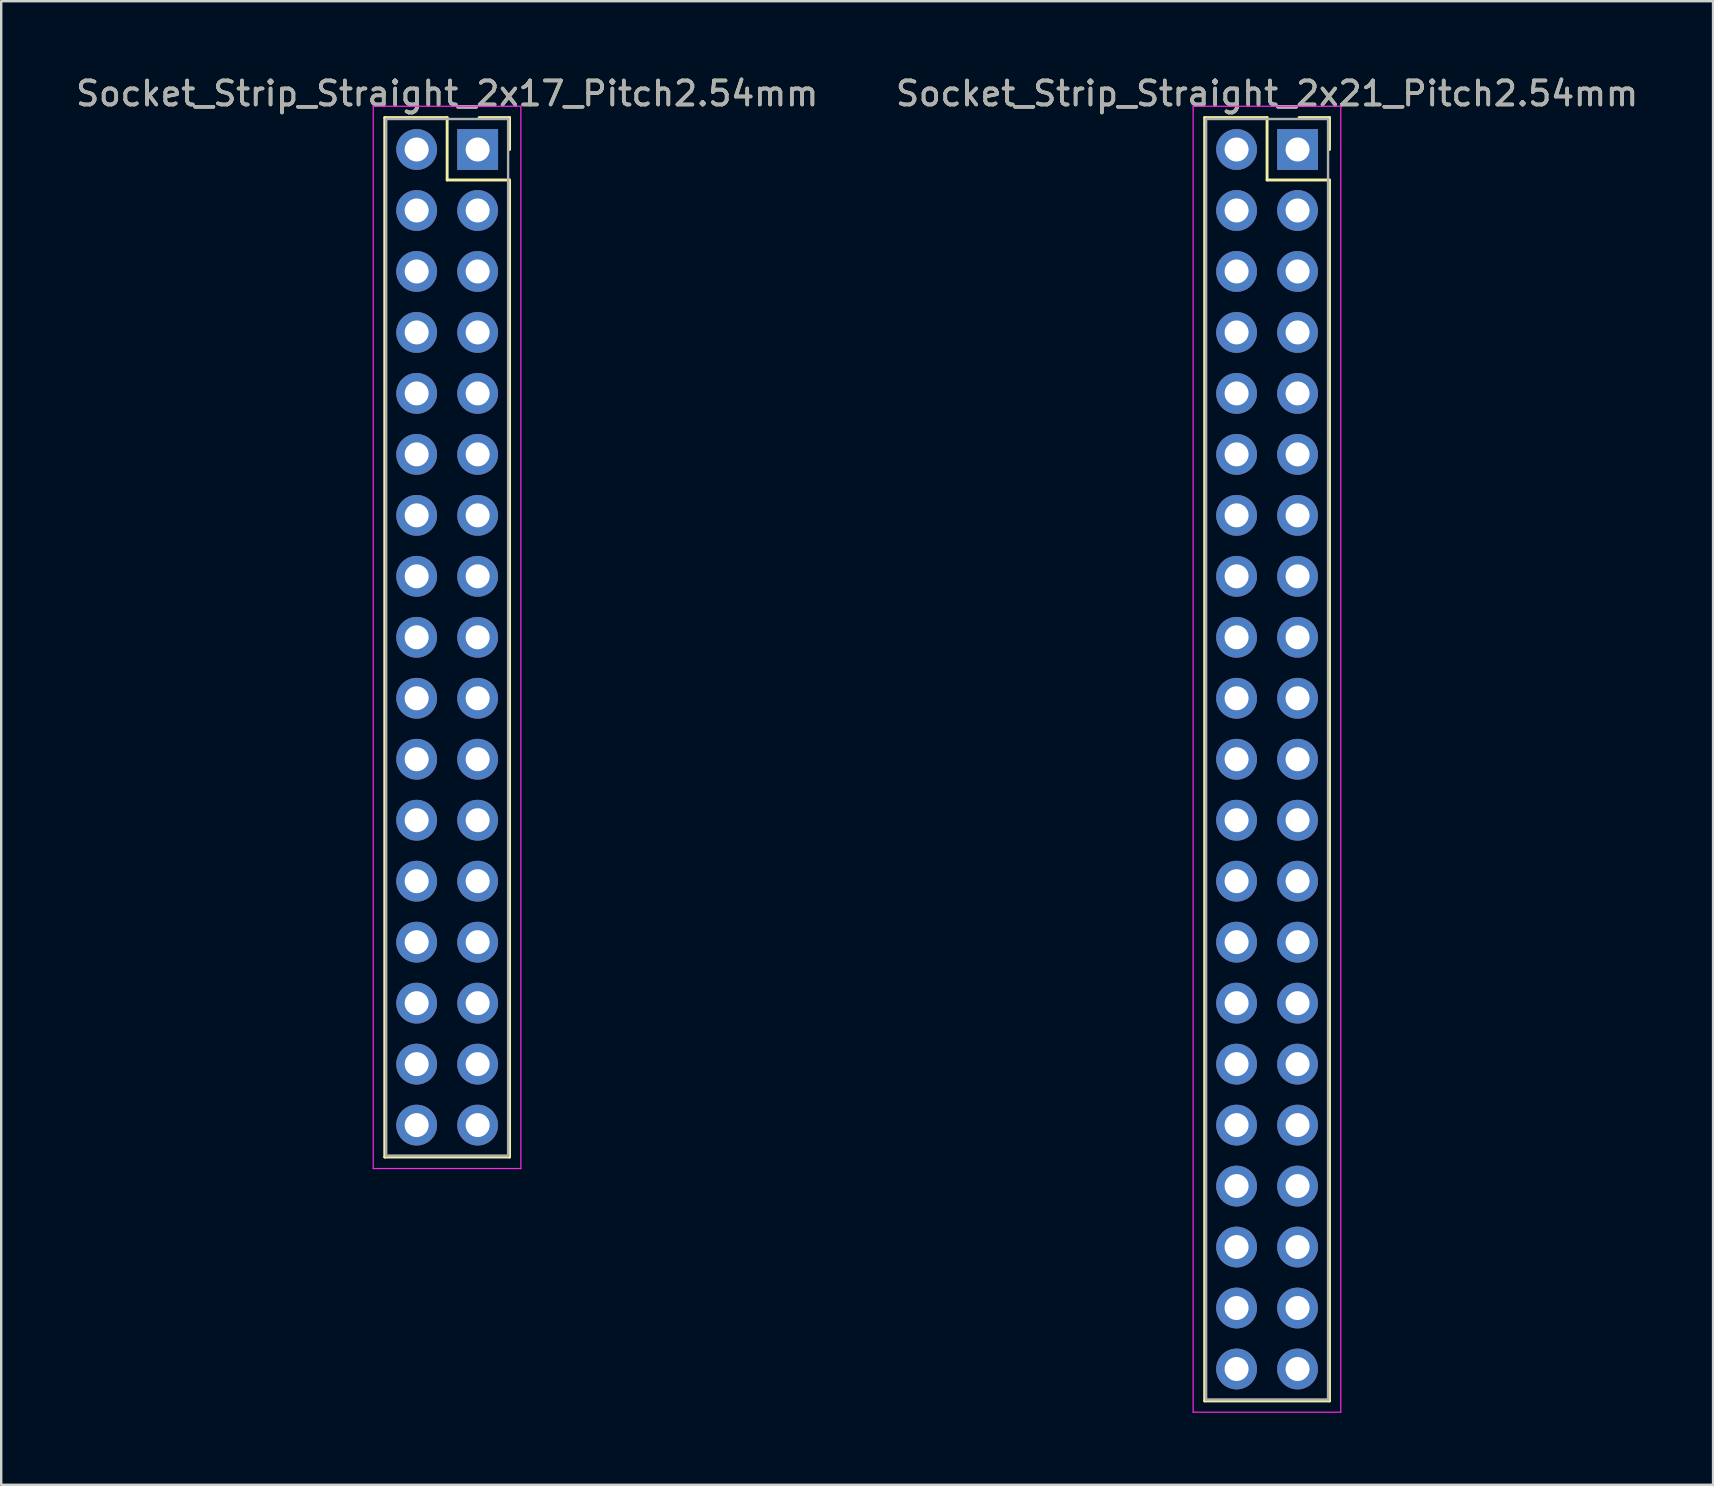
<source format=kicad_pcb>
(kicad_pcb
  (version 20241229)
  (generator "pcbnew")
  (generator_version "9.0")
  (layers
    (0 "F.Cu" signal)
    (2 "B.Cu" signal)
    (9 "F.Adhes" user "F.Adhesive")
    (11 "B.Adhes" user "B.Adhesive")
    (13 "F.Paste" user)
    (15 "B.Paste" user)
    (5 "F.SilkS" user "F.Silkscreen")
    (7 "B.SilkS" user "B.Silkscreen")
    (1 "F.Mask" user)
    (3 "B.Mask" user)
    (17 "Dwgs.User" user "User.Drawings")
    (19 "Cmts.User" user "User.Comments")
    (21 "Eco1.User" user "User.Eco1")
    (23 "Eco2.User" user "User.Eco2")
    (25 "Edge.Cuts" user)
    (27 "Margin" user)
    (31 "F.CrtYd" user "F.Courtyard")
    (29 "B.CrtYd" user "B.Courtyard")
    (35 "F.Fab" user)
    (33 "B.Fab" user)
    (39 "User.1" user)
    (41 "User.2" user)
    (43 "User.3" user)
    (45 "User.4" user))
  (footprint "Socket_Strip_Straight_2x17_Pitch2.54mm"
    (layer "F.Cu")
    (at 16.847 3.178)
    (property "Reference" "Socket_Strip_Straight_2x17_Pitch2.54mm" (at -1.27 -2.33 0) (layer "F.SilkS") (effects (font (size 1 1) (thickness 0.15))))
    (attr through_hole)
    (fp_line (start -3.87 -1.33) (end -1.27 -1.33) (stroke (width 0.12) (type solid)) (layer "F.SilkS"))
    (fp_line (start -3.87 41.97) (end -3.87 -1.33) (stroke (width 0.12) (type solid)) (layer "F.SilkS"))
    (fp_line (start -1.27 -1.33) (end -1.27 1.27) (stroke (width 0.12) (type solid)) (layer "F.SilkS"))
    (fp_line (start -1.27 1.27) (end 1.33 1.27) (stroke (width 0.12) (type solid)) (layer "F.SilkS"))
    (fp_line (start 1.33 -1.33) (end 0.06 -1.33) (stroke (width 0.12) (type solid)) (layer "F.SilkS"))
    (fp_line (start 1.33 0) (end 1.33 -1.33) (stroke (width 0.12) (type solid)) (layer "F.SilkS"))
    (fp_line (start 1.33 1.27) (end 1.33 41.97) (stroke (width 0.12) (type solid)) (layer "F.SilkS"))
    (fp_line (start 1.33 41.97) (end -3.87 41.97) (stroke (width 0.12) (type solid)) (layer "F.SilkS"))
    (fp_line (start -4.35 -1.8) (end -4.35 42.45) (stroke (width 0.05) (type solid)) (layer "F.CrtYd"))
    (fp_line (start -4.35 42.45) (end 1.8 42.45) (stroke (width 0.05) (type solid)) (layer "F.CrtYd"))
    (fp_line (start 1.8 -1.8) (end -4.35 -1.8) (stroke (width 0.05) (type solid)) (layer "F.CrtYd"))
    (fp_line (start 1.8 42.45) (end 1.8 -1.8) (stroke (width 0.05) (type solid)) (layer "F.CrtYd"))
    (fp_line (start -3.81 -1.27) (end -3.81 41.91) (stroke (width 0.1) (type solid)) (layer "F.Fab"))
    (fp_line (start -3.81 41.91) (end 1.27 41.91) (stroke (width 0.1) (type solid)) (layer "F.Fab"))
    (fp_line (start 1.27 -1.27) (end -3.81 -1.27) (stroke (width 0.1) (type solid)) (layer "F.Fab"))
    (fp_line (start 1.27 41.91) (end 1.27 -1.27) (stroke (width 0.1) (type solid)) (layer "F.Fab"))
    (fp_text user "${REFERENCE}" (at -1.27 -2.33 0) (layer "F.Fab") (effects (font (size 1 1) (thickness 0.15))))
    (pad "1" thru_hole rect (at 0 0) (size 1.7 1.7) (drill 1) (layers "*.Cu" "*.Mask"))
    (pad "2" thru_hole oval (at -2.54 0) (size 1.7 1.7) (drill 1) (layers "*.Cu" "*.Mask"))
    (pad "3" thru_hole oval (at 0 2.54) (size 1.7 1.7) (drill 1) (layers "*.Cu" "*.Mask"))
    (pad "4" thru_hole oval (at -2.54 2.54) (size 1.7 1.7) (drill 1) (layers "*.Cu" "*.Mask"))
    (pad "5" thru_hole oval (at 0 5.08) (size 1.7 1.7) (drill 1) (layers "*.Cu" "*.Mask"))
    (pad "6" thru_hole oval (at -2.54 5.08) (size 1.7 1.7) (drill 1) (layers "*.Cu" "*.Mask"))
    (pad "7" thru_hole oval (at 0 7.62) (size 1.7 1.7) (drill 1) (layers "*.Cu" "*.Mask"))
    (pad "8" thru_hole oval (at -2.54 7.62) (size 1.7 1.7) (drill 1) (layers "*.Cu" "*.Mask"))
    (pad "9" thru_hole oval (at 0 10.16) (size 1.7 1.7) (drill 1) (layers "*.Cu" "*.Mask"))
    (pad "10" thru_hole oval (at -2.54 10.16) (size 1.7 1.7) (drill 1) (layers "*.Cu" "*.Mask"))
    (pad "11" thru_hole oval (at 0 12.7) (size 1.7 1.7) (drill 1) (layers "*.Cu" "*.Mask"))
    (pad "12" thru_hole oval (at -2.54 12.7) (size 1.7 1.7) (drill 1) (layers "*.Cu" "*.Mask"))
    (pad "13" thru_hole oval (at 0 15.24) (size 1.7 1.7) (drill 1) (layers "*.Cu" "*.Mask"))
    (pad "14" thru_hole oval (at -2.54 15.24) (size 1.7 1.7) (drill 1) (layers "*.Cu" "*.Mask"))
    (pad "15" thru_hole oval (at 0 17.78) (size 1.7 1.7) (drill 1) (layers "*.Cu" "*.Mask"))
    (pad "16" thru_hole oval (at -2.54 17.78) (size 1.7 1.7) (drill 1) (layers "*.Cu" "*.Mask"))
    (pad "17" thru_hole oval (at 0 20.32) (size 1.7 1.7) (drill 1) (layers "*.Cu" "*.Mask"))
    (pad "18" thru_hole oval (at -2.54 20.32) (size 1.7 1.7) (drill 1) (layers "*.Cu" "*.Mask"))
    (pad "19" thru_hole oval (at 0 22.86) (size 1.7 1.7) (drill 1) (layers "*.Cu" "*.Mask"))
    (pad "20" thru_hole oval (at -2.54 22.86) (size 1.7 1.7) (drill 1) (layers "*.Cu" "*.Mask"))
    (pad "21" thru_hole oval (at 0 25.4) (size 1.7 1.7) (drill 1) (layers "*.Cu" "*.Mask"))
    (pad "22" thru_hole oval (at -2.54 25.4) (size 1.7 1.7) (drill 1) (layers "*.Cu" "*.Mask"))
    (pad "23" thru_hole oval (at 0 27.94) (size 1.7 1.7) (drill 1) (layers "*.Cu" "*.Mask"))
    (pad "24" thru_hole oval (at -2.54 27.94) (size 1.7 1.7) (drill 1) (layers "*.Cu" "*.Mask"))
    (pad "25" thru_hole oval (at 0 30.48) (size 1.7 1.7) (drill 1) (layers "*.Cu" "*.Mask"))
    (pad "26" thru_hole oval (at -2.54 30.48) (size 1.7 1.7) (drill 1) (layers "*.Cu" "*.Mask"))
    (pad "27" thru_hole oval (at 0 33.02) (size 1.7 1.7) (drill 1) (layers "*.Cu" "*.Mask"))
    (pad "28" thru_hole oval (at -2.54 33.02) (size 1.7 1.7) (drill 1) (layers "*.Cu" "*.Mask"))
    (pad "29" thru_hole oval (at 0 35.56) (size 1.7 1.7) (drill 1) (layers "*.Cu" "*.Mask"))
    (pad "30" thru_hole oval (at -2.54 35.56) (size 1.7 1.7) (drill 1) (layers "*.Cu" "*.Mask"))
    (pad "31" thru_hole oval (at 0 38.1) (size 1.7 1.7) (drill 1) (layers "*.Cu" "*.Mask"))
    (pad "32" thru_hole oval (at -2.54 38.1) (size 1.7 1.7) (drill 1) (layers "*.Cu" "*.Mask"))
    (pad "33" thru_hole oval (at 0 40.64) (size 1.7 1.7) (drill 1) (layers "*.Cu" "*.Mask"))
    (pad "34" thru_hole oval (at -2.54 40.64) (size 1.7 1.7) (drill 1) (layers "*.Cu" "*.Mask")))
  (footprint "Socket_Strip_Straight_2x21_Pitch2.54mm"
    (layer "F.Cu")
    (at 51.002 3.178)
    (property "Reference" "Socket_Strip_Straight_2x21_Pitch2.54mm" (at -1.27 -2.33 0) (layer "F.SilkS") (effects (font (size 1 1) (thickness 0.15))))
    (attr through_hole)
    (fp_line (start -3.87 -1.33) (end -1.27 -1.33) (stroke (width 0.12) (type solid)) (layer "F.SilkS"))
    (fp_line (start -3.87 52.13) (end -3.87 -1.33) (stroke (width 0.12) (type solid)) (layer "F.SilkS"))
    (fp_line (start -1.27 -1.33) (end -1.27 1.27) (stroke (width 0.12) (type solid)) (layer "F.SilkS"))
    (fp_line (start -1.27 1.27) (end 1.33 1.27) (stroke (width 0.12) (type solid)) (layer "F.SilkS"))
    (fp_line (start 1.33 -1.33) (end 0.06 -1.33) (stroke (width 0.12) (type solid)) (layer "F.SilkS"))
    (fp_line (start 1.33 0) (end 1.33 -1.33) (stroke (width 0.12) (type solid)) (layer "F.SilkS"))
    (fp_line (start 1.33 1.27) (end 1.33 52.13) (stroke (width 0.12) (type solid)) (layer "F.SilkS"))
    (fp_line (start 1.33 52.13) (end -3.87 52.13) (stroke (width 0.12) (type solid)) (layer "F.SilkS"))
    (fp_line (start -4.35 -1.8) (end -4.35 52.6) (stroke (width 0.05) (type solid)) (layer "F.CrtYd"))
    (fp_line (start -4.35 52.6) (end 1.8 52.6) (stroke (width 0.05) (type solid)) (layer "F.CrtYd"))
    (fp_line (start 1.8 -1.8) (end -4.35 -1.8) (stroke (width 0.05) (type solid)) (layer "F.CrtYd"))
    (fp_line (start 1.8 52.6) (end 1.8 -1.8) (stroke (width 0.05) (type solid)) (layer "F.CrtYd"))
    (fp_line (start -3.81 -1.27) (end -3.81 52.07) (stroke (width 0.1) (type solid)) (layer "F.Fab"))
    (fp_line (start -3.81 52.07) (end 1.27 52.07) (stroke (width 0.1) (type solid)) (layer "F.Fab"))
    (fp_line (start 1.27 -1.27) (end -3.81 -1.27) (stroke (width 0.1) (type solid)) (layer "F.Fab"))
    (fp_line (start 1.27 52.07) (end 1.27 -1.27) (stroke (width 0.1) (type solid)) (layer "F.Fab"))
    (fp_text user "${REFERENCE}" (at -1.27 -2.33 0) (layer "F.Fab") (effects (font (size 1 1) (thickness 0.15))))
    (pad "1" thru_hole rect (at 0 0) (size 1.7 1.7) (drill 1) (layers "*.Cu" "*.Mask"))
    (pad "2" thru_hole oval (at -2.54 0) (size 1.7 1.7) (drill 1) (layers "*.Cu" "*.Mask"))
    (pad "3" thru_hole oval (at 0 2.54) (size 1.7 1.7) (drill 1) (layers "*.Cu" "*.Mask"))
    (pad "4" thru_hole oval (at -2.54 2.54) (size 1.7 1.7) (drill 1) (layers "*.Cu" "*.Mask"))
    (pad "5" thru_hole oval (at 0 5.08) (size 1.7 1.7) (drill 1) (layers "*.Cu" "*.Mask"))
    (pad "6" thru_hole oval (at -2.54 5.08) (size 1.7 1.7) (drill 1) (layers "*.Cu" "*.Mask"))
    (pad "7" thru_hole oval (at 0 7.62) (size 1.7 1.7) (drill 1) (layers "*.Cu" "*.Mask"))
    (pad "8" thru_hole oval (at -2.54 7.62) (size 1.7 1.7) (drill 1) (layers "*.Cu" "*.Mask"))
    (pad "9" thru_hole oval (at 0 10.16) (size 1.7 1.7) (drill 1) (layers "*.Cu" "*.Mask"))
    (pad "10" thru_hole oval (at -2.54 10.16) (size 1.7 1.7) (drill 1) (layers "*.Cu" "*.Mask"))
    (pad "11" thru_hole oval (at 0 12.7) (size 1.7 1.7) (drill 1) (layers "*.Cu" "*.Mask"))
    (pad "12" thru_hole oval (at -2.54 12.7) (size 1.7 1.7) (drill 1) (layers "*.Cu" "*.Mask"))
    (pad "13" thru_hole oval (at 0 15.24) (size 1.7 1.7) (drill 1) (layers "*.Cu" "*.Mask"))
    (pad "14" thru_hole oval (at -2.54 15.24) (size 1.7 1.7) (drill 1) (layers "*.Cu" "*.Mask"))
    (pad "15" thru_hole oval (at 0 17.78) (size 1.7 1.7) (drill 1) (layers "*.Cu" "*.Mask"))
    (pad "16" thru_hole oval (at -2.54 17.78) (size 1.7 1.7) (drill 1) (layers "*.Cu" "*.Mask"))
    (pad "17" thru_hole oval (at 0 20.32) (size 1.7 1.7) (drill 1) (layers "*.Cu" "*.Mask"))
    (pad "18" thru_hole oval (at -2.54 20.32) (size 1.7 1.7) (drill 1) (layers "*.Cu" "*.Mask"))
    (pad "19" thru_hole oval (at 0 22.86) (size 1.7 1.7) (drill 1) (layers "*.Cu" "*.Mask"))
    (pad "20" thru_hole oval (at -2.54 22.86) (size 1.7 1.7) (drill 1) (layers "*.Cu" "*.Mask"))
    (pad "21" thru_hole oval (at 0 25.4) (size 1.7 1.7) (drill 1) (layers "*.Cu" "*.Mask"))
    (pad "22" thru_hole oval (at -2.54 25.4) (size 1.7 1.7) (drill 1) (layers "*.Cu" "*.Mask"))
    (pad "23" thru_hole oval (at 0 27.94) (size 1.7 1.7) (drill 1) (layers "*.Cu" "*.Mask"))
    (pad "24" thru_hole oval (at -2.54 27.94) (size 1.7 1.7) (drill 1) (layers "*.Cu" "*.Mask"))
    (pad "25" thru_hole oval (at 0 30.48) (size 1.7 1.7) (drill 1) (layers "*.Cu" "*.Mask"))
    (pad "26" thru_hole oval (at -2.54 30.48) (size 1.7 1.7) (drill 1) (layers "*.Cu" "*.Mask"))
    (pad "27" thru_hole oval (at 0 33.02) (size 1.7 1.7) (drill 1) (layers "*.Cu" "*.Mask"))
    (pad "28" thru_hole oval (at -2.54 33.02) (size 1.7 1.7) (drill 1) (layers "*.Cu" "*.Mask"))
    (pad "29" thru_hole oval (at 0 35.56) (size 1.7 1.7) (drill 1) (layers "*.Cu" "*.Mask"))
    (pad "30" thru_hole oval (at -2.54 35.56) (size 1.7 1.7) (drill 1) (layers "*.Cu" "*.Mask"))
    (pad "31" thru_hole oval (at 0 38.1) (size 1.7 1.7) (drill 1) (layers "*.Cu" "*.Mask"))
    (pad "32" thru_hole oval (at -2.54 38.1) (size 1.7 1.7) (drill 1) (layers "*.Cu" "*.Mask"))
    (pad "33" thru_hole oval (at 0 40.64) (size 1.7 1.7) (drill 1) (layers "*.Cu" "*.Mask"))
    (pad "34" thru_hole oval (at -2.54 40.64) (size 1.7 1.7) (drill 1) (layers "*.Cu" "*.Mask"))
    (pad "35" thru_hole oval (at 0 43.18) (size 1.7 1.7) (drill 1) (layers "*.Cu" "*.Mask"))
    (pad "36" thru_hole oval (at -2.54 43.18) (size 1.7 1.7) (drill 1) (layers "*.Cu" "*.Mask"))
    (pad "37" thru_hole oval (at 0 45.72) (size 1.7 1.7) (drill 1) (layers "*.Cu" "*.Mask"))
    (pad "38" thru_hole oval (at -2.54 45.72) (size 1.7 1.7) (drill 1) (layers "*.Cu" "*.Mask"))
    (pad "39" thru_hole oval (at 0 48.26) (size 1.7 1.7) (drill 1) (layers "*.Cu" "*.Mask"))
    (pad "40" thru_hole oval (at -2.54 48.26) (size 1.7 1.7) (drill 1) (layers "*.Cu" "*.Mask"))
    (pad "41" thru_hole oval (at 0 50.8) (size 1.7 1.7) (drill 1) (layers "*.Cu" "*.Mask"))
    (pad "42" thru_hole oval (at -2.54 50.8) (size 1.7 1.7) (drill 1) (layers "*.Cu" "*.Mask")))
  (gr_rect
    (start -3 -3)
    (end 68.31 58.803)
    (stroke (width 0.1) (type default))
    (fill no)
    (layer "Edge.Cuts")))
</source>
